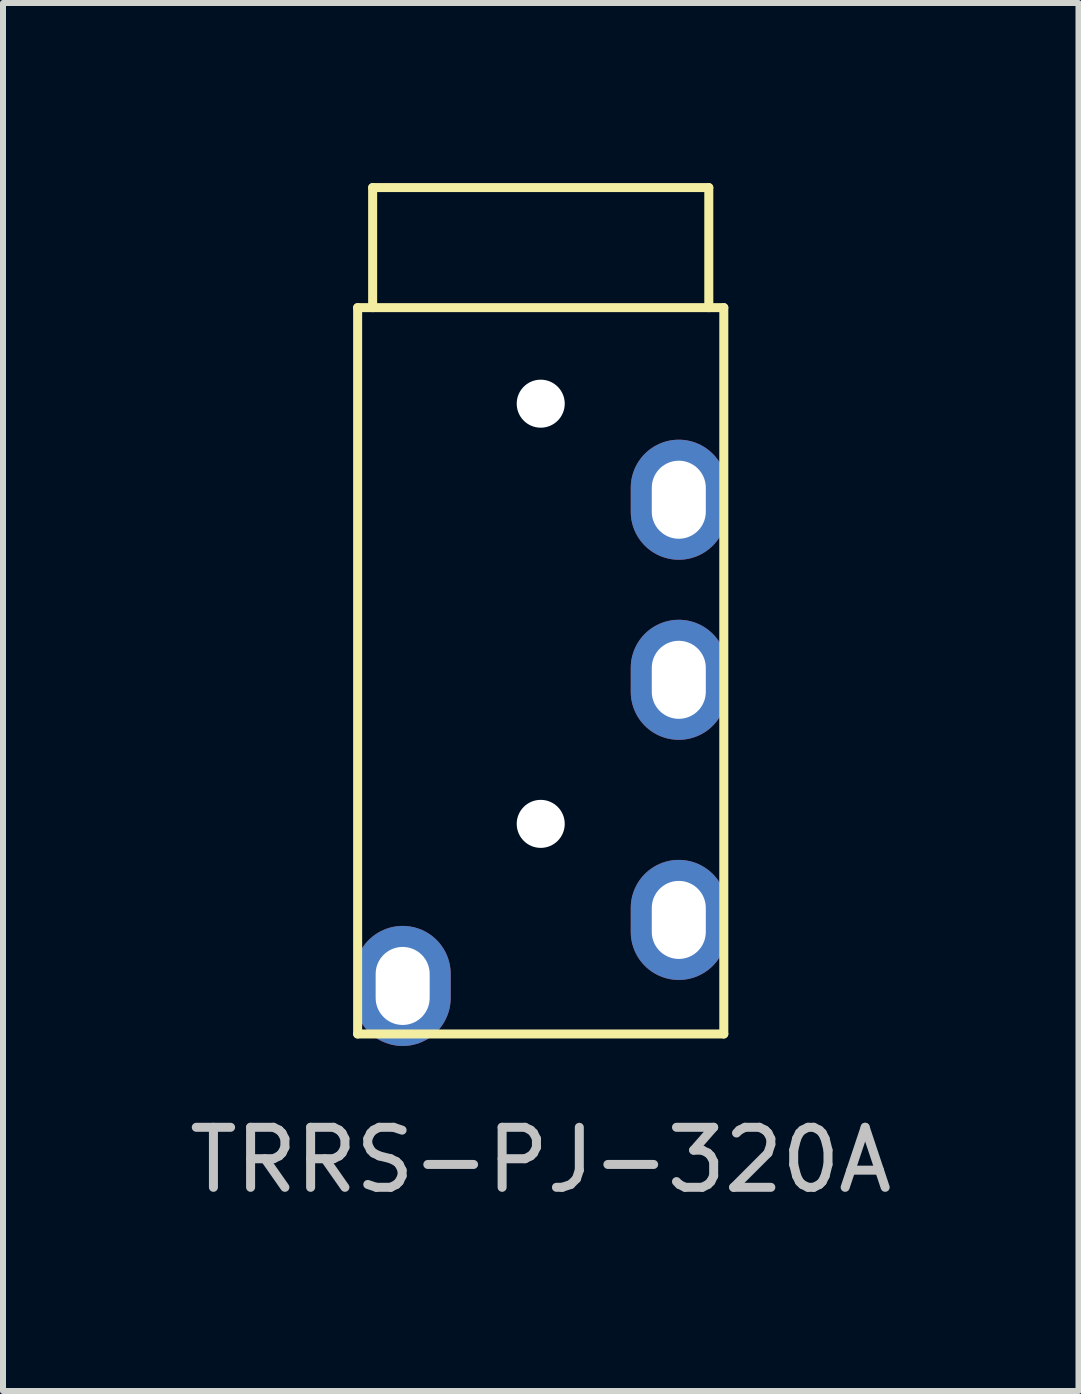
<source format=kicad_pcb>
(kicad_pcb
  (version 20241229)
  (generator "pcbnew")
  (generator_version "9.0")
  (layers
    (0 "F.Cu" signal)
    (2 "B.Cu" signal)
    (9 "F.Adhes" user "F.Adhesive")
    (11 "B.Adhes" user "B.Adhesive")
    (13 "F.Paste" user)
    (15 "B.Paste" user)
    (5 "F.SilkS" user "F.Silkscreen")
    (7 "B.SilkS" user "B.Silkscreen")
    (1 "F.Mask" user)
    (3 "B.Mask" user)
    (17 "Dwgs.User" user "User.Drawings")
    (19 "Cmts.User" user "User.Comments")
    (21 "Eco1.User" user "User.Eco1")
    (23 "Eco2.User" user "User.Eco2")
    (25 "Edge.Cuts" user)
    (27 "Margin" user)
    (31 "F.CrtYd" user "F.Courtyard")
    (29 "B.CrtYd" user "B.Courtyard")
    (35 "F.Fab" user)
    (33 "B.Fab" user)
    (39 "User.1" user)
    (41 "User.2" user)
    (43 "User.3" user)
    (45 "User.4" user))
  (footprint "TRRS-PJ-320A"
    (layer "F.Cu")
    (at 5.958 2.075)
    (property "Reference" "TRRS-PJ-320A" (at 0 14.2 0) (layer "Dwgs.User") (effects (font (size 1 1) (thickness 0.15))))
    (attr through_hole)
    (fp_line (start -3.05 0) (end -3.05 12.1) (stroke (width 0.15) (type solid)) (layer "F.SilkS"))
    (fp_line (start -2.8 0) (end -2.8 -2) (stroke (width 0.15) (type solid)) (layer "F.SilkS"))
    (fp_line (start 2.8 -2) (end -2.8 -2) (stroke (width 0.15) (type solid)) (layer "F.SilkS"))
    (fp_line (start 2.8 0) (end 2.8 -2) (stroke (width 0.15) (type solid)) (layer "F.SilkS"))
    (fp_line (start 3.05 0) (end -3.05 0) (stroke (width 0.15) (type solid)) (layer "F.SilkS"))
    (fp_line (start 3.05 0) (end 3.05 12.1) (stroke (width 0.15) (type solid)) (layer "F.SilkS"))
    (fp_line (start 3.05 12.1) (end -3.05 12.1) (stroke (width 0.15) (type solid)) (layer "F.SilkS"))
    (pad "" np_thru_hole circle (at 0 1.6) (size 0.8 0.8) (drill 0.8) (layers "*.Cu" "*.Mask"))
    (pad "" np_thru_hole circle (at 0 8.6) (size 0.8 0.8) (drill 0.8) (layers "*.Cu" "*.Mask"))
    (pad "1" thru_hole oval (at -2.3 11.3) (size 1.6 2) (drill oval 0.9 1.3) (layers "*.Cu" "*.Mask"))
    (pad "2" thru_hole oval (at 2.3 10.2) (size 1.6 2) (drill oval 0.9 1.3) (layers "*.Cu" "*.Mask"))
    (pad "3" thru_hole oval (at 2.3 6.2) (size 1.6 2) (drill oval 0.9 1.3) (layers "*.Cu" "*.Mask"))
    (pad "4" thru_hole oval (at 2.3 3.2) (size 1.6 2) (drill oval 0.9 1.3) (layers "*.Cu" "*.Mask")))
  (gr_rect
    (start -3 -3)
    (end 14.917 20.123)
    (stroke (width 0.1) (type default))
    (fill no)
    (layer "Edge.Cuts")))
</source>
